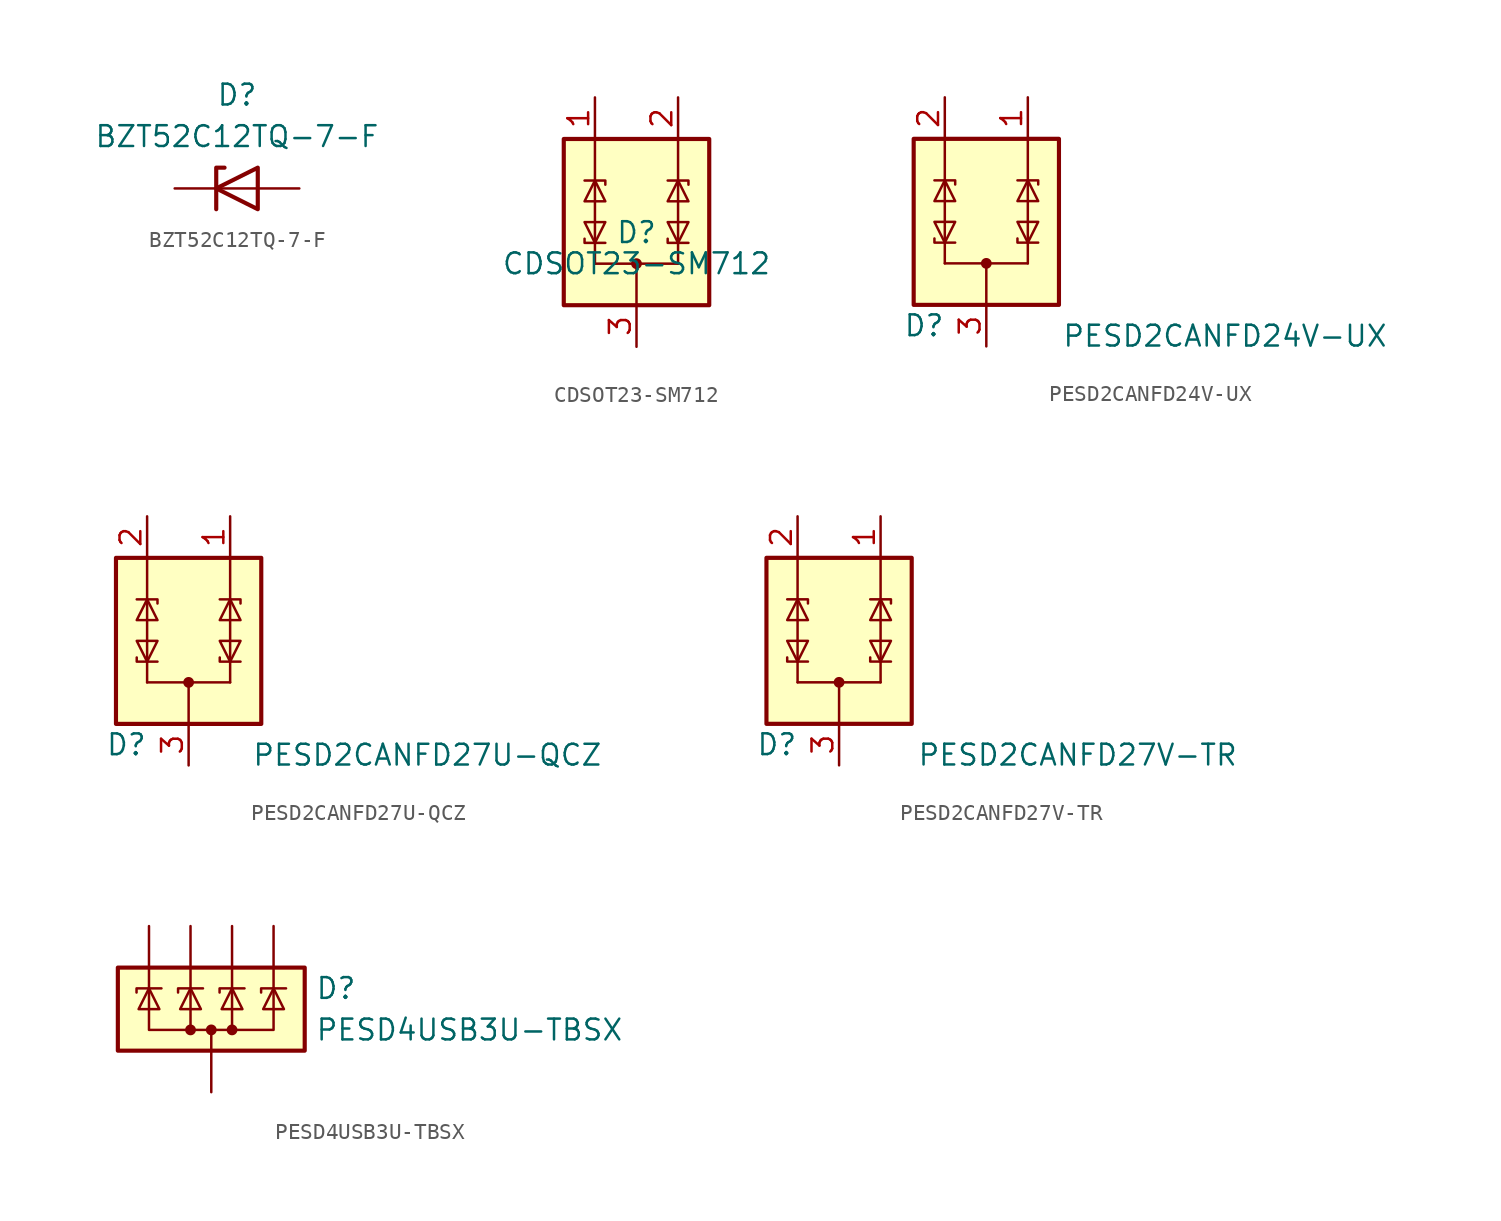
<source format=kicad_sym>
(kicad_symbol_lib
  (version 20220914)
  (generator kicad_symbol_editor)
  (symbol "BZT52C12TQ-7-F"
    (pin_numbers hide)
    (pin_names hide)
    (property "Reference" "D"
      (at 0 5.715 0)
      (effects (font (size 1.27 1.27))))
    (property "Value" "BZT52C12TQ-7-F"
      (at 0 3.175 0)
      (effects (font (size 1.27 1.27))))
    (symbol "BZT52C12TQ-7-F_0_1"
      (polyline (pts (xy 1.27 0) (xy -1.27 0)) (stroke (width 0) (type default)) (fill (type none)))
      (polyline (pts (xy -1.27 -1.27) (xy -1.27 1.27) (xy -0.762 1.27)) (stroke (width 0.254) (type default)) (fill (type none)))
      (polyline (pts (xy 1.27 -1.27) (xy 1.27 1.27) (xy -1.27 0) (xy 1.27 -1.27)) (stroke (width 0.254) (type default)) (fill (type none))))
    (symbol "BZT52C12TQ-7-F_1_1"
      (pin passive line (at -3.81 0 0) (length 2.54) (name "K" (effects (font (size 1.27 1.27)))) (number "1" (effects (font (size 1.27 1.27)))))
      (pin passive line (at 3.81 0 180) (length 2.54) (name "A" (effects (font (size 1.27 1.27)))) (number "2" (effects (font (size 1.27 1.27)))))))
  (symbol "CDSOT23-SM712"
    (pin_names
      (offset 1.016) hide)
    (property "Reference" "D"
      (at 0 4.445 0)
      (effects (font (size 1.27 1.27))))
    (property "Value" "CDSOT23-SM712"
      (at 0 2.54 0)
      (effects (font (size 1.27 1.27))))
    (symbol "CDSOT23-SM712_0_1"
      (rectangle (start -4.445 10.16) (end 4.445 0) (stroke (width 0.254) (type default)) (fill (type background)))
      (polyline (pts (xy -2.54 2.54) (xy -2.54 3.81)) (stroke (width 0) (type default)) (fill (type none)))
      (polyline (pts (xy -2.54 2.54) (xy 2.54 2.54)) (stroke (width 0) (type default)) (fill (type none)))
      (polyline (pts (xy -2.54 7.62) (xy -2.54 3.81)) (stroke (width 0) (type default)) (fill (type none)))
      (polyline (pts (xy -2.54 10.16) (xy -2.54 7.62)) (stroke (width 0) (type default)) (fill (type none)))
      (polyline (pts (xy 0 2.54) (xy 0 0)) (stroke (width 0) (type default)) (fill (type none)))
      (polyline (pts (xy 2.54 2.54) (xy 2.54 3.81)) (stroke (width 0) (type default)) (fill (type none)))
      (polyline (pts (xy 2.54 7.62) (xy 2.54 3.81)) (stroke (width 0) (type default)) (fill (type none)))
      (polyline (pts (xy 2.54 10.16) (xy 2.54 7.62)) (stroke (width 0) (type default)) (fill (type none)))
      (polyline (pts (xy -3.175 4.064) (xy -3.175 3.81) (xy -1.905 3.81)) (stroke (width 0) (type default)) (fill (type none)))
      (polyline (pts (xy -3.175 7.62) (xy -1.905 7.62) (xy -1.905 7.366)) (stroke (width 0) (type default)) (fill (type none)))
      (polyline (pts (xy 1.905 4.064) (xy 1.905 3.81) (xy 3.175 3.81)) (stroke (width 0) (type default)) (fill (type none)))
      (polyline (pts (xy 1.905 7.62) (xy 3.175 7.62) (xy 3.175 7.366)) (stroke (width 0) (type default)) (fill (type none)))
      (polyline (pts (xy -2.54 3.81) (xy -3.175 5.08) (xy -1.905 5.08) (xy -2.54 3.81)) (stroke (width 0) (type default)) (fill (type none)))
      (polyline (pts (xy -2.54 7.62) (xy -1.905 6.35) (xy -3.175 6.35) (xy -2.54 7.62)) (stroke (width 0) (type default)) (fill (type none)))
      (polyline (pts (xy 2.54 3.81) (xy 1.905 5.08) (xy 3.175 5.08) (xy 2.54 3.81)) (stroke (width 0) (type default)) (fill (type none)))
      (polyline (pts (xy 2.54 7.62) (xy 3.175 6.35) (xy 1.905 6.35) (xy 2.54 7.62)) (stroke (width 0) (type default)) (fill (type none)))
      (circle (center 0 2.54) (radius 0.254) (stroke (width 0) (type default)) (fill (type outline))))
    (symbol "CDSOT23-SM712_1_1"
      (pin passive line (at -2.54 12.7 270) (length 2.54) (name "A1" (effects (font (size 1.27 1.27)))) (number "1" (effects (font (size 1.27 1.27)))))
      (pin passive line (at 2.54 12.7 270) (length 2.54) (name "A2" (effects (font (size 1.27 1.27)))) (number "2" (effects (font (size 1.27 1.27)))))
      (pin input line (at 0 -2.54 90) (length 2.54) (name "common" (effects (font (size 1.27 1.27)))) (number "3" (effects (font (size 1.27 1.27)))))))
  (symbol "PESD2CANFD24V-UX"
    (pin_names hide)
    (property "Reference" "D"
      (at -3.81 -6.985 0)
      (effects (font (size 1.27 1.27))))
    (property "Value" "PESD2CANFD24V-UX"
      (at 14.605 -7.62 0)
      (effects (font (size 1.27 1.27))))
    (symbol "PESD2CANFD24V-UX_0_0"
      (pin passive line (at 0 -8.255 90) (length 2.54) (name "CC" (effects (font (size 1.27 1.27)))) (number "3" (effects (font (size 1.27 1.27))))))
    (symbol "PESD2CANFD24V-UX_0_1"
      (rectangle (start -4.445 4.445) (end 4.445 -5.715) (stroke (width 0.254) (type default)) (fill (type background)))
      (circle (center 0 -3.175) (radius 0.254) (stroke (width 0) (type default)) (fill (type outline)))
      (polyline (pts (xy -2.54 -3.175) (xy -2.54 -1.905)) (stroke (width 0) (type default)) (fill (type none)))
      (polyline (pts (xy -2.54 -3.175) (xy 2.54 -3.175)) (stroke (width 0) (type default)) (fill (type none)))
      (polyline (pts (xy -2.54 1.905) (xy -2.54 -1.905)) (stroke (width 0) (type default)) (fill (type none)))
      (polyline (pts (xy -2.54 4.445) (xy -2.54 1.905)) (stroke (width 0) (type default)) (fill (type none)))
      (polyline (pts (xy 0 -3.175) (xy 0 -5.715)) (stroke (width 0) (type default)) (fill (type none)))
      (polyline (pts (xy 2.54 -3.175) (xy 2.54 -1.905)) (stroke (width 0) (type default)) (fill (type none)))
      (polyline (pts (xy 2.54 1.905) (xy 2.54 -1.905)) (stroke (width 0) (type default)) (fill (type none)))
      (polyline (pts (xy 2.54 4.445) (xy 2.54 1.905)) (stroke (width 0) (type default)) (fill (type none)))
      (polyline (pts (xy -3.175 -1.651) (xy -3.175 -1.905) (xy -1.905 -1.905)) (stroke (width 0) (type default)) (fill (type none)))
      (polyline (pts (xy -3.175 1.905) (xy -1.905 1.905) (xy -1.905 1.651)) (stroke (width 0) (type default)) (fill (type none)))
      (polyline (pts (xy 1.905 -1.651) (xy 1.905 -1.905) (xy 3.175 -1.905)) (stroke (width 0) (type default)) (fill (type none)))
      (polyline (pts (xy 1.905 1.905) (xy 3.175 1.905) (xy 3.175 1.651)) (stroke (width 0) (type default)) (fill (type none)))
      (polyline (pts (xy -2.54 -1.905) (xy -3.175 -0.635) (xy -1.905 -0.635) (xy -2.54 -1.905)) (stroke (width 0) (type default)) (fill (type none)))
      (polyline (pts (xy -2.54 1.905) (xy -1.905 0.635) (xy -3.175 0.635) (xy -2.54 1.905)) (stroke (width 0) (type default)) (fill (type none)))
      (polyline (pts (xy 2.54 -1.905) (xy 1.905 -0.635) (xy 3.175 -0.635) (xy 2.54 -1.905)) (stroke (width 0) (type default)) (fill (type none)))
      (polyline (pts (xy 2.54 1.905) (xy 3.175 0.635) (xy 1.905 0.635) (xy 2.54 1.905)) (stroke (width 0) (type default)) (fill (type none))))
    (symbol "PESD2CANFD24V-UX_1_1"
      (pin passive line (at 2.54 6.985 270) (length 2.54) (name "K1" (effects (font (size 1.27 1.27)))) (number "1" (effects (font (size 1.27 1.27)))))
      (pin passive line (at -2.54 6.985 270) (length 2.54) (name "K2" (effects (font (size 1.27 1.27)))) (number "2" (effects (font (size 1.27 1.27)))))))
  (symbol "PESD2CANFD27U-QCZ"
    (pin_names hide)
    (property "Reference" "D"
      (at -3.81 -6.985 0)
      (effects (font (size 1.27 1.27))))
    (property "Value" "PESD2CANFD27U-QCZ"
      (at 14.605 -7.62 0)
      (effects (font (size 1.27 1.27))))
    (symbol "PESD2CANFD27U-QCZ_0_0"
      (pin passive line (at 0 -8.255 90) (length 2.54) (name "CC" (effects (font (size 1.27 1.27)))) (number "3" (effects (font (size 1.27 1.27))))))
    (symbol "PESD2CANFD27U-QCZ_0_1"
      (rectangle (start -4.445 4.445) (end 4.445 -5.715) (stroke (width 0.254) (type default)) (fill (type background)))
      (circle (center 0 -3.175) (radius 0.254) (stroke (width 0) (type default)) (fill (type outline)))
      (polyline (pts (xy -2.54 -3.175) (xy -2.54 -1.905)) (stroke (width 0) (type default)) (fill (type none)))
      (polyline (pts (xy -2.54 -3.175) (xy 2.54 -3.175)) (stroke (width 0) (type default)) (fill (type none)))
      (polyline (pts (xy -2.54 1.905) (xy -2.54 -1.905)) (stroke (width 0) (type default)) (fill (type none)))
      (polyline (pts (xy -2.54 4.445) (xy -2.54 1.905)) (stroke (width 0) (type default)) (fill (type none)))
      (polyline (pts (xy 0 -3.175) (xy 0 -5.715)) (stroke (width 0) (type default)) (fill (type none)))
      (polyline (pts (xy 2.54 -3.175) (xy 2.54 -1.905)) (stroke (width 0) (type default)) (fill (type none)))
      (polyline (pts (xy 2.54 1.905) (xy 2.54 -1.905)) (stroke (width 0) (type default)) (fill (type none)))
      (polyline (pts (xy 2.54 4.445) (xy 2.54 1.905)) (stroke (width 0) (type default)) (fill (type none)))
      (polyline (pts (xy -3.175 -1.651) (xy -3.175 -1.905) (xy -1.905 -1.905)) (stroke (width 0) (type default)) (fill (type none)))
      (polyline (pts (xy -3.175 1.905) (xy -1.905 1.905) (xy -1.905 1.651)) (stroke (width 0) (type default)) (fill (type none)))
      (polyline (pts (xy 1.905 -1.651) (xy 1.905 -1.905) (xy 3.175 -1.905)) (stroke (width 0) (type default)) (fill (type none)))
      (polyline (pts (xy 1.905 1.905) (xy 3.175 1.905) (xy 3.175 1.651)) (stroke (width 0) (type default)) (fill (type none)))
      (polyline (pts (xy -2.54 -1.905) (xy -3.175 -0.635) (xy -1.905 -0.635) (xy -2.54 -1.905)) (stroke (width 0) (type default)) (fill (type none)))
      (polyline (pts (xy -2.54 1.905) (xy -1.905 0.635) (xy -3.175 0.635) (xy -2.54 1.905)) (stroke (width 0) (type default)) (fill (type none)))
      (polyline (pts (xy 2.54 -1.905) (xy 1.905 -0.635) (xy 3.175 -0.635) (xy 2.54 -1.905)) (stroke (width 0) (type default)) (fill (type none)))
      (polyline (pts (xy 2.54 1.905) (xy 3.175 0.635) (xy 1.905 0.635) (xy 2.54 1.905)) (stroke (width 0) (type default)) (fill (type none))))
    (symbol "PESD2CANFD27U-QCZ_1_1"
      (pin passive line (at 2.54 6.985 270) (length 2.54) (name "K1" (effects (font (size 1.27 1.27)))) (number "1" (effects (font (size 1.27 1.27)))))
      (pin passive line (at -2.54 6.985 270) (length 2.54) (name "K2" (effects (font (size 1.27 1.27)))) (number "2" (effects (font (size 1.27 1.27)))))))
  (symbol "PESD2CANFD27V-TR"
    (pin_names hide)
    (property "Reference" "D"
      (at -3.81 -6.985 0)
      (effects (font (size 1.27 1.27))))
    (property "Value" "PESD2CANFD27V-TR"
      (at 14.605 -7.62 0)
      (effects (font (size 1.27 1.27))))
    (symbol "PESD2CANFD27V-TR_0_0"
      (pin passive line (at 0 -8.255 90) (length 2.54) (name "CC" (effects (font (size 1.27 1.27)))) (number "3" (effects (font (size 1.27 1.27))))))
    (symbol "PESD2CANFD27V-TR_0_1"
      (rectangle (start -4.445 4.445) (end 4.445 -5.715) (stroke (width 0.254) (type default)) (fill (type background)))
      (circle (center 0 -3.175) (radius 0.254) (stroke (width 0) (type default)) (fill (type outline)))
      (polyline (pts (xy -2.54 -3.175) (xy -2.54 -1.905)) (stroke (width 0) (type default)) (fill (type none)))
      (polyline (pts (xy -2.54 -3.175) (xy 2.54 -3.175)) (stroke (width 0) (type default)) (fill (type none)))
      (polyline (pts (xy -2.54 1.905) (xy -2.54 -1.905)) (stroke (width 0) (type default)) (fill (type none)))
      (polyline (pts (xy -2.54 4.445) (xy -2.54 1.905)) (stroke (width 0) (type default)) (fill (type none)))
      (polyline (pts (xy 0 -3.175) (xy 0 -5.715)) (stroke (width 0) (type default)) (fill (type none)))
      (polyline (pts (xy 2.54 -3.175) (xy 2.54 -1.905)) (stroke (width 0) (type default)) (fill (type none)))
      (polyline (pts (xy 2.54 1.905) (xy 2.54 -1.905)) (stroke (width 0) (type default)) (fill (type none)))
      (polyline (pts (xy 2.54 4.445) (xy 2.54 1.905)) (stroke (width 0) (type default)) (fill (type none)))
      (polyline (pts (xy -3.175 -1.651) (xy -3.175 -1.905) (xy -1.905 -1.905)) (stroke (width 0) (type default)) (fill (type none)))
      (polyline (pts (xy -3.175 1.905) (xy -1.905 1.905) (xy -1.905 1.651)) (stroke (width 0) (type default)) (fill (type none)))
      (polyline (pts (xy 1.905 -1.651) (xy 1.905 -1.905) (xy 3.175 -1.905)) (stroke (width 0) (type default)) (fill (type none)))
      (polyline (pts (xy 1.905 1.905) (xy 3.175 1.905) (xy 3.175 1.651)) (stroke (width 0) (type default)) (fill (type none)))
      (polyline (pts (xy -2.54 -1.905) (xy -3.175 -0.635) (xy -1.905 -0.635) (xy -2.54 -1.905)) (stroke (width 0) (type default)) (fill (type none)))
      (polyline (pts (xy -2.54 1.905) (xy -1.905 0.635) (xy -3.175 0.635) (xy -2.54 1.905)) (stroke (width 0) (type default)) (fill (type none)))
      (polyline (pts (xy 2.54 -1.905) (xy 1.905 -0.635) (xy 3.175 -0.635) (xy 2.54 -1.905)) (stroke (width 0) (type default)) (fill (type none)))
      (polyline (pts (xy 2.54 1.905) (xy 3.175 0.635) (xy 1.905 0.635) (xy 2.54 1.905)) (stroke (width 0) (type default)) (fill (type none))))
    (symbol "PESD2CANFD27V-TR_1_1"
      (pin passive line (at 2.54 6.985 270) (length 2.54) (name "K1" (effects (font (size 1.27 1.27)))) (number "1" (effects (font (size 1.27 1.27)))))
      (pin passive line (at -2.54 6.985 270) (length 2.54) (name "K2" (effects (font (size 1.27 1.27)))) (number "2" (effects (font (size 1.27 1.27)))))))
  (symbol "PESD4USB3U-TBSX"
    (pin_numbers hide)
    (pin_names hide)
    (property "Reference" "D"
      (at 6.35 1.27 0)
      (effects (font (size 1.27 1.27)) (justify left)))
    (property "Value" "PESD4USB3U-TBSX"
      (at 6.35 -1.27 0)
      (effects (font (size 1.27 1.27)) (justify left)))
    (symbol "PESD4USB3U-TBSX_0_1"
      (rectangle (start -5.715 2.54) (end 5.715 -2.54) (stroke (width 0.254) (type default)) (fill (type background)))
      (circle (center -1.27 -1.27) (radius 0.254) (stroke (width 0) (type default)) (fill (type outline)))
      (circle (center 0 -1.27) (radius 0.254) (stroke (width 0) (type default)) (fill (type outline)))
      (polyline (pts (xy -3.81 2.54) (xy -3.81 1.27)) (stroke (width 0) (type default)) (fill (type none)))
      (polyline (pts (xy -1.27 -1.27) (xy -1.27 1.27)) (stroke (width 0) (type default)) (fill (type none)))
      (polyline (pts (xy -1.27 2.54) (xy -1.27 1.27)) (stroke (width 0) (type default)) (fill (type none)))
      (polyline (pts (xy 0 -1.27) (xy 0 -2.54)) (stroke (width 0) (type default)) (fill (type none)))
      (polyline (pts (xy 1.27 2.54) (xy 1.27 1.27)) (stroke (width 0) (type default)) (fill (type none)))
      (polyline (pts (xy 3.81 2.54) (xy 3.81 1.27)) (stroke (width 0) (type default)) (fill (type none)))
      (polyline (pts (xy -4.572 1.016) (xy -4.572 1.27) (xy -3.048 1.27)) (stroke (width 0) (type default)) (fill (type none)))
      (polyline (pts (xy -0.508 1.27) (xy -2.032 1.27) (xy -2.032 1.016)) (stroke (width 0) (type default)) (fill (type none)))
      (polyline (pts (xy 3.81 1.27) (xy 3.81 -1.27) (xy 1.27 -1.27)) (stroke (width 0) (type default)) (fill (type none)))
      (polyline (pts (xy -3.81 1.27) (xy -3.81 -1.27) (xy 1.27 -1.27) (xy 1.27 1.27)) (stroke (width 0) (type default)) (fill (type none)))
      (polyline (pts (xy -3.81 1.27) (xy -3.175 0) (xy -4.445 0) (xy -3.81 1.27)) (stroke (width 0) (type default)) (fill (type none)))
      (polyline (pts (xy -0.635 0) (xy -1.905 0) (xy -1.27 1.27) (xy -0.635 0)) (stroke (width 0) (type default)) (fill (type none)))
      (polyline (pts (xy 0.508 1.016) (xy 0.508 1.27) (xy 1.905 1.27) (xy 2.032 1.27)) (stroke (width 0) (type default)) (fill (type none)))
      (polyline (pts (xy 1.27 1.27) (xy 0.635 0) (xy 1.905 0) (xy 1.27 1.27)) (stroke (width 0) (type default)) (fill (type none)))
      (polyline (pts (xy 3.048 1.016) (xy 3.048 1.27) (xy 4.445 1.27) (xy 4.572 1.27)) (stroke (width 0) (type default)) (fill (type none)))
      (polyline (pts (xy 3.81 1.27) (xy 3.175 0) (xy 4.445 0) (xy 3.81 1.27)) (stroke (width 0) (type default)) (fill (type none)))
      (circle (center 1.27 -1.27) (radius 0.254) (stroke (width 0) (type default)) (fill (type outline))))
    (symbol "PESD4USB3U-TBSX_1_0"
      (pin passive line (at 0 -5.08 90) (length 2.54) (name "A" (effects (font (size 1.27 1.27)))) (number "3" (effects (font (size 1.27 1.27)))))
      (pin passive line (at 0 -5.08 90) (length 2.54) hide (name "A" (effects (font (size 1.27 1.27)))) (number "8" (effects (font (size 1.27 1.27))))))
    (symbol "PESD4USB3U-TBSX_1_1"
      (pin passive line (at -3.81 5.08 270) (length 2.54) (name "K" (effects (font (size 1.27 1.27)))) (number "1" (effects (font (size 1.27 1.27)))))
      (pin passive line (at -3.81 5.08 270) (length 2.54) hide (name "K" (effects (font (size 1.27 1.27)))) (number "10" (effects (font (size 1.27 1.27)))))
      (pin passive line (at -1.27 5.08 270) (length 2.54) (name "K" (effects (font (size 1.27 1.27)))) (number "2" (effects (font (size 1.27 1.27)))))
      (pin passive line (at 1.27 5.08 270) (length 2.54) (name "K" (effects (font (size 1.27 1.27)))) (number "4" (effects (font (size 1.27 1.27)))))
      (pin passive line (at 3.81 5.08 270) (length 2.54) (name "K" (effects (font (size 1.27 1.27)))) (number "5" (effects (font (size 1.27 1.27)))))
      (pin passive line (at 3.81 5.08 270) (length 2.54) hide (name "K" (effects (font (size 1.27 1.27)))) (number "6" (effects (font (size 1.27 1.27)))))
      (pin passive line (at 1.27 5.08 270) (length 2.54) hide (name "K" (effects (font (size 1.27 1.27)))) (number "7" (effects (font (size 1.27 1.27)))))
      (pin passive line (at -1.27 5.08 270) (length 2.54) hide (name "K" (effects (font (size 1.27 1.27)))) (number "9" (effects (font (size 1.27 1.27))))))))
</source>
